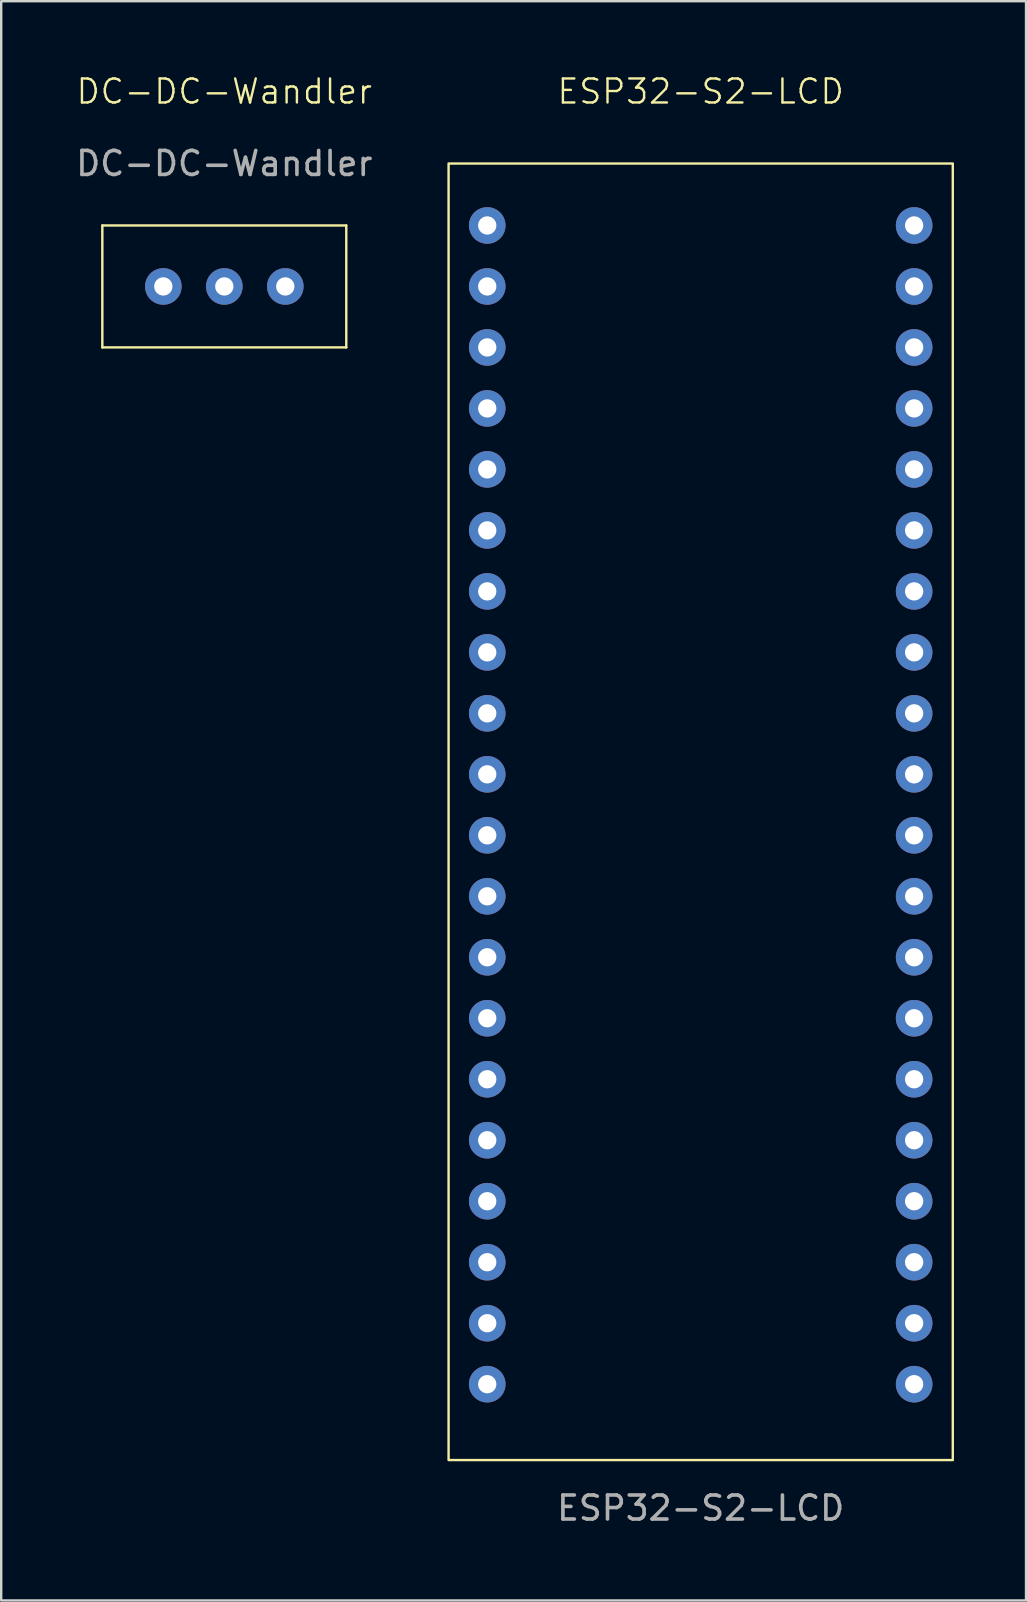
<source format=kicad_pcb>
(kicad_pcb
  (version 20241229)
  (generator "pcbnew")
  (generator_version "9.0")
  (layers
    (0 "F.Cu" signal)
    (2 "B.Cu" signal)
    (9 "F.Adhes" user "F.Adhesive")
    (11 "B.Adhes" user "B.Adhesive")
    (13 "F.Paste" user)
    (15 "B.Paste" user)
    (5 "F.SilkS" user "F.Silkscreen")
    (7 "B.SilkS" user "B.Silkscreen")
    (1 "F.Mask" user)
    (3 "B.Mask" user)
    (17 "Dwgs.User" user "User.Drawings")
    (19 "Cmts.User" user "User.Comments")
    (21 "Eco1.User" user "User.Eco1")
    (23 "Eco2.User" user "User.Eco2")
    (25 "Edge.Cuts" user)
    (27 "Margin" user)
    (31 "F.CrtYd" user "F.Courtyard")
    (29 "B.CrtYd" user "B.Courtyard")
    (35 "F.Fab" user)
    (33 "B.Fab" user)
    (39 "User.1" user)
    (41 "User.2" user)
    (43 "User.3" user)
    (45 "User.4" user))
  (footprint "DC-DC-Wandler"
    (layer "F.Cu")
    (at 6.292 1.26)
    (property "Reference" "DC-DC-Wandler" (at 0 -0.5 0) (unlocked yes) (layer "F.SilkS") (effects (font (size 1 1) (thickness 0.1))))
    (attr through_hole)
    (fp_line (start -5.08 5.08) (end -5.08 10.16) (stroke (width 0.1) (type default)) (layer "F.SilkS"))
    (fp_line (start -5.08 10.16) (end 5.08 10.16) (stroke (width 0.1) (type default)) (layer "F.SilkS"))
    (fp_line (start 5.08 5.08) (end -5.08 5.08) (stroke (width 0.1) (type default)) (layer "F.SilkS"))
    (fp_line (start 5.08 10.16) (end 5.08 5.08) (stroke (width 0.1) (type default)) (layer "F.SilkS"))
    (fp_text user "${REFERENCE}" (at 0 2.5 0) (unlocked yes) (layer "F.Fab") (effects (font (size 1 1) (thickness 0.15))))
    (pad "1" thru_hole circle (at -2.54 7.62) (size 1.524 1.524) (drill 0.762) (layers "*.Cu" "*.Mask"))
    (pad "2" thru_hole circle (at 0 7.62) (size 1.524 1.524) (drill 0.762) (layers "*.Cu" "*.Mask"))
    (pad "3" thru_hole circle (at 2.54 7.62) (size 1.524 1.524) (drill 0.762) (layers "*.Cu" "*.Mask")))
  (footprint "ESP32-S2-LCD"
    (layer "F.Cu")
    (at 26.133 1.26)
    (property "Reference" "ESP32-S2-LCD" (at 0 -0.5 0) (unlocked yes) (layer "F.SilkS") (effects (font (size 1 1) (thickness 0.1))))
    (attr through_hole)
    (fp_rect (start 10.5 56.5) (end -10.5 2.5) (stroke (width 0.1) (type default)) (fill no) (layer "F.SilkS"))
    (fp_text user "${REFERENCE}" (at 0 58.5 0) (unlocked yes) (layer "F.Fab") (effects (font (size 1 1) (thickness 0.15))))
    (pad "1" thru_hole circle (at -8.89 5.08) (size 1.524 1.524) (drill 0.762) (layers "*.Cu" "*.Mask"))
    (pad "2" thru_hole circle (at -8.89 7.62) (size 1.524 1.524) (drill 0.762) (layers "*.Cu" "*.Mask"))
    (pad "3" thru_hole circle (at -8.89 10.16) (size 1.524 1.524) (drill 0.762) (layers "*.Cu" "*.Mask"))
    (pad "4" thru_hole circle (at -8.89 12.7) (size 1.524 1.524) (drill 0.762) (layers "*.Cu" "*.Mask"))
    (pad "5" thru_hole circle (at -8.89 15.24) (size 1.524 1.524) (drill 0.762) (layers "*.Cu" "*.Mask"))
    (pad "6" thru_hole circle (at -8.89 17.78) (size 1.524 1.524) (drill 0.762) (layers "*.Cu" "*.Mask"))
    (pad "7" thru_hole circle (at -8.89 20.32) (size 1.524 1.524) (drill 0.762) (layers "*.Cu" "*.Mask"))
    (pad "8" thru_hole circle (at -8.89 22.86) (size 1.524 1.524) (drill 0.762) (layers "*.Cu" "*.Mask"))
    (pad "9" thru_hole circle (at -8.89 25.4) (size 1.524 1.524) (drill 0.762) (layers "*.Cu" "*.Mask"))
    (pad "10" thru_hole circle (at -8.89 27.94) (size 1.524 1.524) (drill 0.762) (layers "*.Cu" "*.Mask"))
    (pad "11" thru_hole circle (at -8.89 30.48) (size 1.524 1.524) (drill 0.762) (layers "*.Cu" "*.Mask"))
    (pad "12" thru_hole circle (at -8.89 33.02) (size 1.524 1.524) (drill 0.762) (layers "*.Cu" "*.Mask"))
    (pad "13" thru_hole circle (at -8.89 35.56) (size 1.524 1.524) (drill 0.762) (layers "*.Cu" "*.Mask"))
    (pad "14" thru_hole circle (at -8.89 38.1) (size 1.524 1.524) (drill 0.762) (layers "*.Cu" "*.Mask"))
    (pad "15" thru_hole circle (at -8.89 40.64) (size 1.524 1.524) (drill 0.762) (layers "*.Cu" "*.Mask"))
    (pad "16" thru_hole circle (at -8.89 43.18) (size 1.524 1.524) (drill 0.762) (layers "*.Cu" "*.Mask"))
    (pad "17" thru_hole circle (at -8.89 45.72) (size 1.524 1.524) (drill 0.762) (layers "*.Cu" "*.Mask"))
    (pad "18" thru_hole circle (at -8.89 48.26) (size 1.524 1.524) (drill 0.762) (layers "*.Cu" "*.Mask"))
    (pad "19" thru_hole circle (at -8.89 50.8) (size 1.524 1.524) (drill 0.762) (layers "*.Cu" "*.Mask"))
    (pad "20" thru_hole circle (at -8.89 53.34) (size 1.524 1.524) (drill 0.762) (layers "*.Cu" "*.Mask"))
    (pad "21" thru_hole circle (at 8.89 53.34) (size 1.524 1.524) (drill 0.762) (layers "*.Cu" "*.Mask"))
    (pad "22" thru_hole circle (at 8.89 50.8) (size 1.524 1.524) (drill 0.762) (layers "*.Cu" "*.Mask"))
    (pad "23" thru_hole circle (at 8.89 48.26) (size 1.524 1.524) (drill 0.762) (layers "*.Cu" "*.Mask"))
    (pad "24" thru_hole circle (at 8.89 45.72) (size 1.524 1.524) (drill 0.762) (layers "*.Cu" "*.Mask"))
    (pad "25" thru_hole circle (at 8.89 43.18) (size 1.524 1.524) (drill 0.762) (layers "*.Cu" "*.Mask"))
    (pad "26" thru_hole circle (at 8.89 40.64) (size 1.524 1.524) (drill 0.762) (layers "*.Cu" "*.Mask"))
    (pad "27" thru_hole circle (at 8.89 38.1) (size 1.524 1.524) (drill 0.762) (layers "*.Cu" "*.Mask"))
    (pad "28" thru_hole circle (at 8.89 35.56) (size 1.524 1.524) (drill 0.762) (layers "*.Cu" "*.Mask"))
    (pad "29" thru_hole circle (at 8.89 33.02) (size 1.524 1.524) (drill 0.762) (layers "*.Cu" "*.Mask"))
    (pad "30" thru_hole circle (at 8.89 30.48) (size 1.524 1.524) (drill 0.762) (layers "*.Cu" "*.Mask"))
    (pad "31" thru_hole circle (at 8.89 27.94) (size 1.524 1.524) (drill 0.762) (layers "*.Cu" "*.Mask"))
    (pad "32" thru_hole circle (at 8.89 25.4) (size 1.524 1.524) (drill 0.762) (layers "*.Cu" "*.Mask"))
    (pad "33" thru_hole circle (at 8.89 22.86) (size 1.524 1.524) (drill 0.762) (layers "*.Cu" "*.Mask"))
    (pad "34" thru_hole circle (at 8.89 20.32) (size 1.524 1.524) (drill 0.762) (layers "*.Cu" "*.Mask"))
    (pad "35" thru_hole circle (at 8.89 17.78) (size 1.524 1.524) (drill 0.762) (layers "*.Cu" "*.Mask"))
    (pad "36" thru_hole circle (at 8.89 15.24) (size 1.524 1.524) (drill 0.762) (layers "*.Cu" "*.Mask"))
    (pad "37" thru_hole circle (at 8.89 12.7) (size 1.524 1.524) (drill 0.762) (layers "*.Cu" "*.Mask"))
    (pad "38" thru_hole circle (at 8.89 10.16) (size 1.524 1.524) (drill 0.762) (layers "*.Cu" "*.Mask"))
    (pad "39" thru_hole circle (at 8.89 7.62) (size 1.524 1.524) (drill 0.762) (layers "*.Cu" "*.Mask"))
    (pad "40" thru_hole circle (at 8.89 5.08) (size 1.524 1.524) (drill 0.762) (layers "*.Cu" "*.Mask")))
  (gr_rect
    (start -3 -3)
    (end 39.683 63.609)
    (stroke (width 0.1) (type default))
    (fill no)
    (layer "Edge.Cuts")))
</source>
